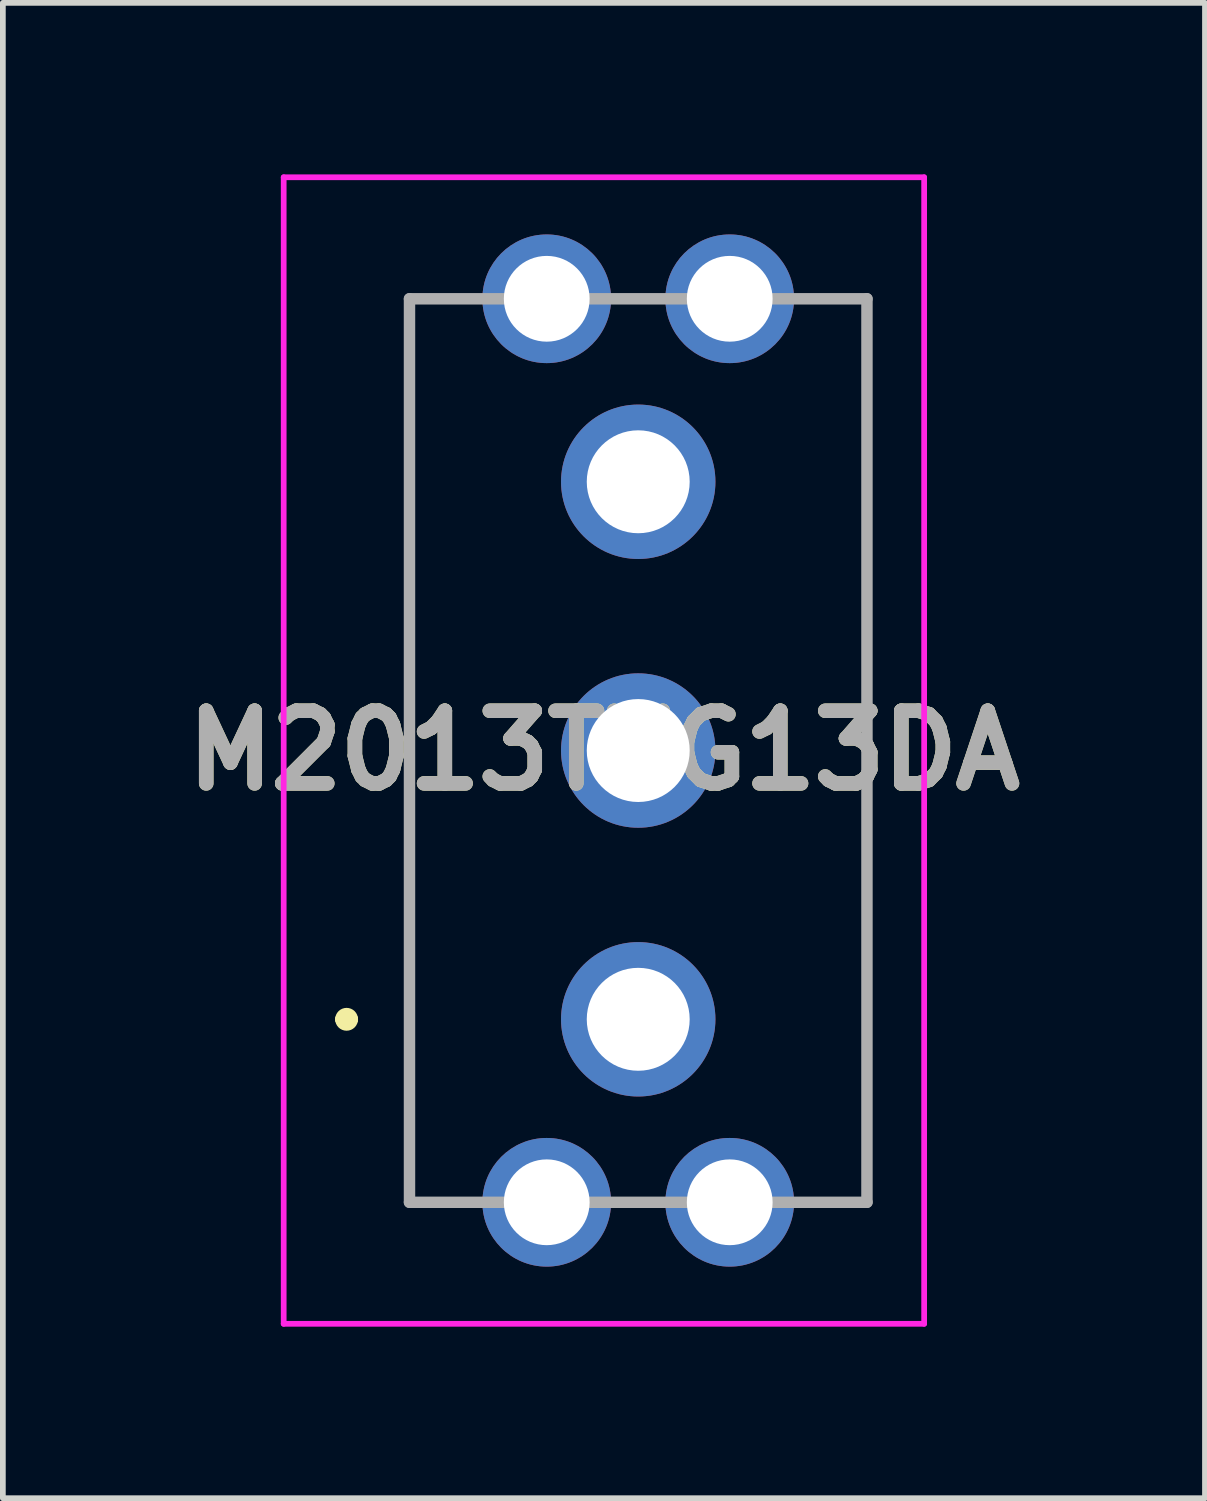
<source format=kicad_pcb>
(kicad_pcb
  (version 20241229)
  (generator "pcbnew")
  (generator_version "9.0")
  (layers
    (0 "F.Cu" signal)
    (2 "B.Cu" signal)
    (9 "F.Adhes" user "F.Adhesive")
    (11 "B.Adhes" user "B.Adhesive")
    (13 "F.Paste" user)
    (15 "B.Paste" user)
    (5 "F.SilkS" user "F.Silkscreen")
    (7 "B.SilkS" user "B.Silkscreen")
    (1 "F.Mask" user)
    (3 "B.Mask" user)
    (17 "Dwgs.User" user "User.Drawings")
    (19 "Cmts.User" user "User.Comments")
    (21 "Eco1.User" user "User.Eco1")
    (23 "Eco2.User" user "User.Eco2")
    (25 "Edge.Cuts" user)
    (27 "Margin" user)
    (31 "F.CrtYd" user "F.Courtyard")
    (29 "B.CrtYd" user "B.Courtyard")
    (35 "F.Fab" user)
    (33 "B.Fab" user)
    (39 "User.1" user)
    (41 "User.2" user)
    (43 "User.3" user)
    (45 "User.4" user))
  (footprint "M2013TXG13DA"
    (layer "F.Cu")
    (at 8.111 14.775)
    (property "Reference" "M2013TXG13DA" (at -0.6 -4.7 0) (layer "F.SilkS") (effects (font (size 1.27 1.27) (thickness 0.254))))
    (attr through_hole)
    (fp_line (start -5.2 0) (end -5.2 0) (stroke (width 0.2) (type solid)) (layer "F.SilkS"))
    (fp_line (start -5 0) (end -5 0) (stroke (width 0.2) (type solid)) (layer "F.SilkS"))
    (fp_line (start -4 -12.6) (end -4 3.2) (stroke (width 0.1) (type solid)) (layer "F.SilkS"))
    (fp_line (start 4 -12.6) (end 4 3.2) (stroke (width 0.1) (type solid)) (layer "F.SilkS"))
    (fp_arc (start -5.2 0) (mid -5.1 -0.1) (end -5 0) (stroke (width 0.2) (type solid)) (layer "F.SilkS"))
    (fp_arc (start -5 0) (mid -5.1 0.1) (end -5.2 0) (stroke (width 0.2) (type solid)) (layer "F.SilkS"))
    (fp_line (start -6.2 -14.725) (end 5 -14.725) (stroke (width 0.1) (type solid)) (layer "F.CrtYd"))
    (fp_line (start -6.2 5.325) (end -6.2 -14.725) (stroke (width 0.1) (type solid)) (layer "F.CrtYd"))
    (fp_line (start 5 -14.725) (end 5 5.325) (stroke (width 0.1) (type solid)) (layer "F.CrtYd"))
    (fp_line (start 5 5.325) (end -6.2 5.325) (stroke (width 0.1) (type solid)) (layer "F.CrtYd"))
    (fp_line (start -4 -12.6) (end 4 -12.6) (stroke (width 0.2) (type solid)) (layer "F.Fab"))
    (fp_line (start -4 3.2) (end -4 -12.6) (stroke (width 0.2) (type solid)) (layer "F.Fab"))
    (fp_line (start 4 -12.6) (end 4 3.2) (stroke (width 0.2) (type solid)) (layer "F.Fab"))
    (fp_line (start 4 3.2) (end -4 3.2) (stroke (width 0.2) (type solid)) (layer "F.Fab"))
    (fp_text user "${REFERENCE}" (at -0.6 -4.7 0) (layer "F.Fab") (effects (font (size 1.27 1.27) (thickness 0.254))))
    (pad "2" thru_hole circle (at 0 -4.7) (size 2.7 2.7) (drill 1.8) (layers "*.Cu" "*.Mask"))
    (pad "LEFT" thru_hole circle (at 0 0) (size 2.7 2.7) (drill 1.8) (layers "*.Cu" "*.Mask"))
    (pad "RIGHT" thru_hole circle (at 0 -9.4) (size 2.7 2.7) (drill 1.8) (layers "*.Cu" "*.Mask"))
    (pad "SH1" thru_hole circle (at -1.6 3.2) (size 2.25 2.25) (drill 1.5) (layers "*.Cu" "*.Mask"))
    (pad "SH2" thru_hole circle (at 1.6 3.2) (size 2.25 2.25) (drill 1.5) (layers "*.Cu" "*.Mask"))
    (pad "SH3" thru_hole circle (at 1.6 -12.6) (size 2.25 2.25) (drill 1.5) (layers "*.Cu" "*.Mask"))
    (pad "SH4" thru_hole circle (at -1.6 -12.6) (size 2.25 2.25) (drill 1.5) (layers "*.Cu" "*.Mask")))
  (gr_rect
    (start -3 -3)
    (end 18.022 23.15)
    (stroke (width 0.1) (type default))
    (fill no)
    (layer "Edge.Cuts")))
</source>
